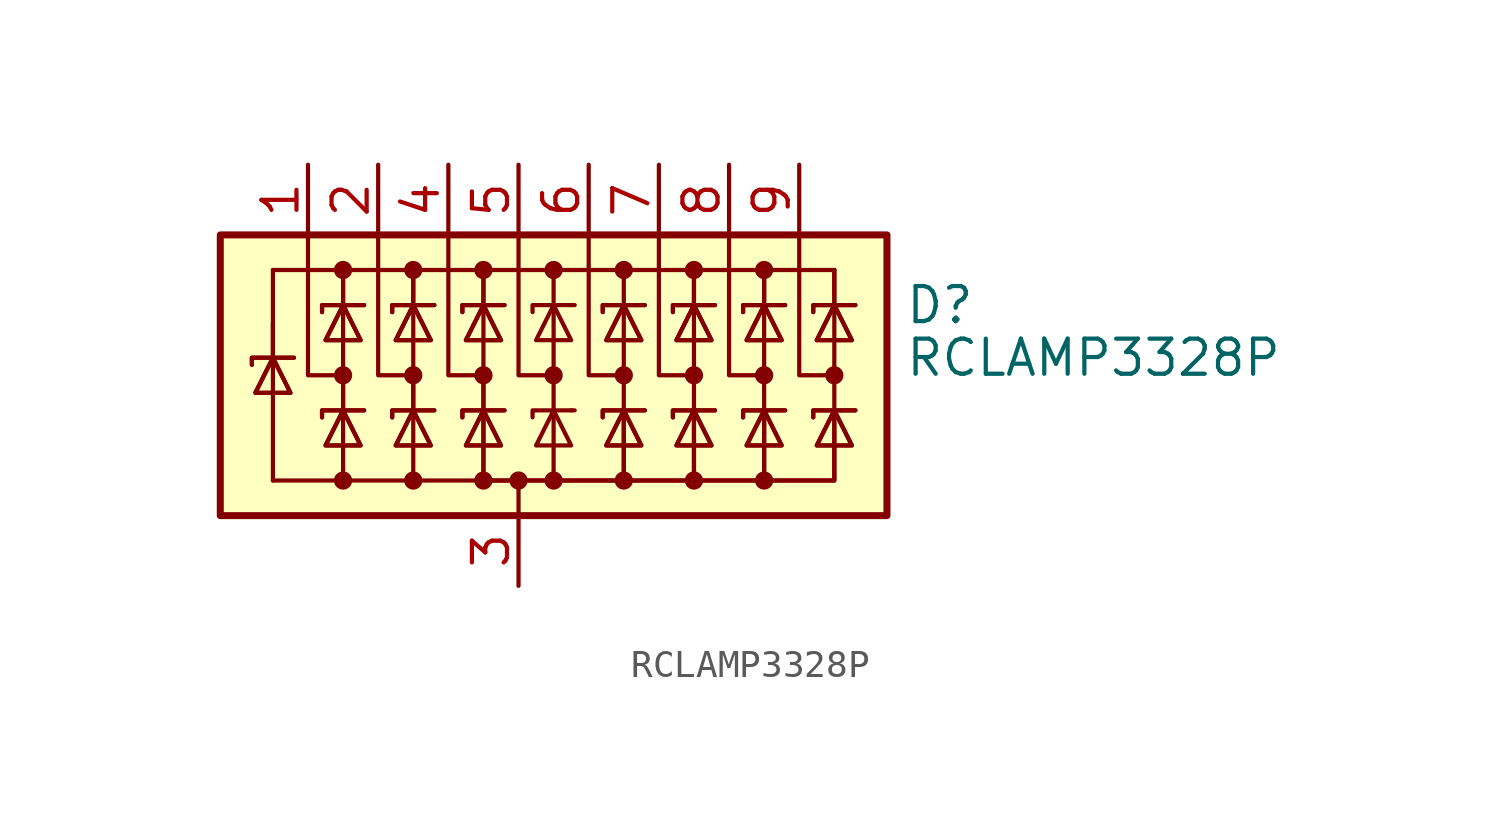
<source format=kicad_sym>
(kicad_symbol_lib
  (version 20201005)
  (generator kicad_symbol_editor)
  (symbol "RCLAMP3328P"
    (pin_names hide)
    (property "Reference" "D"
      (at 13.97 2.54 0)
      (effects (font (size 1.27 1.27)) (justify left)))
    (property "Value" "RCLAMP3328P"
      (at 13.97 0.635 0)
      (effects (font (size 1.27 1.27)) (justify left)))
    (symbol "RCLAMP3328P_0_0"
      (pin passive line (at 0 -7.62 90) (length 2.54) (name "A" (effects (font (size 1.27 1.27)))) (number "3" (effects (font (size 1.27 1.27))))))
    (symbol "RCLAMP3328P_0_1"
      (circle (center -6.35 -3.81) (radius 0.254) (stroke (width 0)) (fill (type outline)))
      (circle (center -6.35 0) (radius 0.254) (stroke (width 0)) (fill (type outline)))
      (circle (center -6.35 3.81) (radius 0.254) (stroke (width 0)) (fill (type outline)))
      (circle (center -3.81 -3.81) (radius 0.254) (stroke (width 0)) (fill (type outline)))
      (circle (center -3.81 0) (radius 0.254) (stroke (width 0)) (fill (type outline)))
      (circle (center -3.81 3.81) (radius 0.254) (stroke (width 0)) (fill (type outline)))
      (circle (center -1.27 -3.81) (radius 0.254) (stroke (width 0)) (fill (type outline)))
      (circle (center -1.27 0) (radius 0.254) (stroke (width 0)) (fill (type outline)))
      (circle (center -1.27 3.81) (radius 0.254) (stroke (width 0)) (fill (type outline)))
      (circle (center 0 -3.81) (radius 0.254) (stroke (width 0)) (fill (type outline)))
      (circle (center 1.27 -3.81) (radius 0.254) (stroke (width 0)) (fill (type outline)))
      (circle (center 1.27 0) (radius 0.254) (stroke (width 0)) (fill (type outline)))
      (circle (center 1.27 3.81) (radius 0.254) (stroke (width 0)) (fill (type outline)))
      (circle (center 3.81 -3.81) (radius 0.254) (stroke (width 0)) (fill (type outline)))
      (circle (center 3.81 0) (radius 0.254) (stroke (width 0)) (fill (type outline)))
      (circle (center 3.81 3.81) (radius 0.254) (stroke (width 0)) (fill (type outline)))
      (circle (center 6.35 -3.81) (radius 0.254) (stroke (width 0)) (fill (type outline)))
      (circle (center 6.35 0) (radius 0.254) (stroke (width 0)) (fill (type outline)))
      (circle (center 6.35 3.81) (radius 0.254) (stroke (width 0)) (fill (type outline)))
      (circle (center 8.89 -3.81) (radius 0.254) (stroke (width 0)) (fill (type outline)))
      (circle (center 8.89 0) (radius 0.254) (stroke (width 0)) (fill (type outline)))
      (circle (center 8.89 3.81) (radius 0.254) (stroke (width 0)) (fill (type outline)))
      (circle (center 11.43 0) (radius 0.254) (stroke (width 0)) (fill (type outline)))
      (rectangle (start -10.795 5.08) (end 13.335 -5.08) (stroke (width 0.254)) (fill (type background)))
      (polyline (pts (xy -8.89 0.635) (xy -8.89 -3.81)) (stroke (width 0)) (fill (type none)))
      (polyline (pts (xy -8.89 1.905) (xy -8.89 0.635)) (stroke (width 0)) (fill (type none)))
      (polyline (pts (xy -8.89 3.81) (xy -8.89 0.635)) (stroke (width 0)) (fill (type none)))
      (polyline (pts (xy -6.35 -3.81) (xy -8.89 -3.81)) (stroke (width 0)) (fill (type none)))
      (polyline (pts (xy -6.35 0) (xy -6.35 -1.27)) (stroke (width 0)) (fill (type none)))
      (polyline (pts (xy -6.35 2.54) (xy -6.35 -1.27)) (stroke (width 0)) (fill (type none)))
      (polyline (pts (xy -6.35 3.81) (xy -6.35 2.54)) (stroke (width 0)) (fill (type none)))
      (polyline (pts (xy -6.35 3.81) (xy -6.35 2.54)) (stroke (width 0)) (fill (type none)))
      (polyline (pts (xy -3.81 0) (xy -3.81 -1.27)) (stroke (width 0)) (fill (type none)))
      (polyline (pts (xy -3.81 2.54) (xy -3.81 -1.27)) (stroke (width 0)) (fill (type none)))
      (polyline (pts (xy -3.81 3.81) (xy -3.81 2.54)) (stroke (width 0)) (fill (type none)))
      (polyline (pts (xy -3.81 3.81) (xy -3.81 2.54)) (stroke (width 0)) (fill (type none)))
      (polyline (pts (xy -1.27 0) (xy -1.27 -1.27)) (stroke (width 0)) (fill (type none)))
      (polyline (pts (xy -1.27 2.54) (xy -1.27 -1.27)) (stroke (width 0)) (fill (type none)))
      (polyline (pts (xy -1.27 3.81) (xy -1.27 2.54)) (stroke (width 0)) (fill (type none)))
      (polyline (pts (xy -1.27 3.81) (xy -1.27 2.54)) (stroke (width 0)) (fill (type none)))
      (polyline (pts (xy 0 -5.08) (xy 0 -3.81)) (stroke (width 0)) (fill (type none)))
      (polyline (pts (xy 1.27 -3.81) (xy 1.27 2.54)) (stroke (width 0)) (fill (type none)))
      (polyline (pts (xy 1.27 3.81) (xy 1.27 2.54)) (stroke (width 0)) (fill (type none)))
      (polyline (pts (xy 1.905 -1.27) (xy 2.032 -1.27)) (stroke (width 0)) (fill (type none)))
      (polyline (pts (xy 1.905 2.54) (xy 2.032 2.54)) (stroke (width 0)) (fill (type none)))
      (polyline (pts (xy 3.81 2.54) (xy 3.81 -1.27)) (stroke (width 0)) (fill (type none)))
      (polyline (pts (xy 3.81 3.81) (xy 3.81 2.54)) (stroke (width 0)) (fill (type none)))
      (polyline (pts (xy 6.35 2.54) (xy 6.35 -1.27)) (stroke (width 0)) (fill (type none)))
      (polyline (pts (xy 6.35 3.81) (xy 6.35 2.54)) (stroke (width 0)) (fill (type none)))
      (polyline (pts (xy 6.35 3.81) (xy 6.35 2.54)) (stroke (width 0)) (fill (type none)))
      (polyline (pts (xy 8.89 2.54) (xy 8.89 -1.27)) (stroke (width 0)) (fill (type none)))
      (polyline (pts (xy 8.89 3.81) (xy 8.89 2.54)) (stroke (width 0)) (fill (type none)))
      (polyline (pts (xy 8.89 3.81) (xy 8.89 2.54)) (stroke (width 0)) (fill (type none)))
      (polyline (pts (xy 11.43 2.54) (xy 11.43 -1.27)) (stroke (width 0)) (fill (type none)))
      (polyline (pts (xy 11.43 3.81) (xy -8.89 3.81)) (stroke (width 0)) (fill (type none)))
      (polyline (pts (xy 11.43 3.81) (xy 11.43 2.54)) (stroke (width 0)) (fill (type none)))
      (polyline (pts (xy 11.43 3.81) (xy 11.43 2.54)) (stroke (width 0)) (fill (type none)))
      (polyline (pts (xy -7.62 5.08) (xy -7.62 0) (xy -6.35 0)) (stroke (width 0)) (fill (type none)))
      (polyline (pts (xy -6.35 -1.27) (xy -6.35 -3.81) (xy -3.81 -3.81)) (stroke (width 0)) (fill (type none)))
      (polyline (pts (xy -5.08 5.08) (xy -5.08 0) (xy -3.81 0)) (stroke (width 0)) (fill (type none)))
      (polyline (pts (xy -3.81 -1.27) (xy -3.81 -3.81) (xy -1.27 -3.81)) (stroke (width 0)) (fill (type none)))
      (polyline (pts (xy -2.54 5.08) (xy -2.54 0) (xy -1.27 0)) (stroke (width 0)) (fill (type none)))
      (polyline (pts (xy 0 5.08) (xy 0 0) (xy 1.27 0)) (stroke (width 0)) (fill (type none)))
      (polyline (pts (xy 1.905 -1.27) (xy 0.508 -1.27) (xy 0.508 -1.524)) (stroke (width 0)) (fill (type none)))
      (polyline (pts (xy 1.905 2.54) (xy 0.508 2.54) (xy 0.508 2.286)) (stroke (width 0)) (fill (type none)))
      (polyline (pts (xy 2.54 5.08) (xy 2.54 0) (xy 3.81 0)) (stroke (width 0)) (fill (type none)))
      (polyline (pts (xy 5.08 5.08) (xy 5.08 0) (xy 6.35 0)) (stroke (width 0)) (fill (type none)))
      (polyline (pts (xy 6.35 -1.27) (xy 6.35 -3.81) (xy 3.81 -3.81)) (stroke (width 0)) (fill (type none)))
      (polyline (pts (xy 6.35 -1.27) (xy 6.35 -3.81) (xy 3.81 -3.81)) (stroke (width 0)) (fill (type none)))
      (polyline (pts (xy 7.62 5.08) (xy 7.62 0) (xy 8.89 0)) (stroke (width 0)) (fill (type none)))
      (polyline (pts (xy 8.89 -1.27) (xy 8.89 -3.81) (xy 6.35 -3.81)) (stroke (width 0)) (fill (type none)))
      (polyline (pts (xy 8.89 -1.27) (xy 8.89 -3.81) (xy 6.35 -3.81)) (stroke (width 0)) (fill (type none)))
      (polyline (pts (xy 10.16 5.08) (xy 10.16 0) (xy 11.43 0)) (stroke (width 0)) (fill (type none)))
      (polyline (pts (xy 11.43 -1.27) (xy 11.43 -3.81) (xy 8.89 -3.81)) (stroke (width 0)) (fill (type none)))
      (polyline (pts (xy 11.43 -1.27) (xy 11.43 -3.81) (xy 8.89 -3.81)) (stroke (width 0)) (fill (type none)))
      (polyline (pts (xy -9.652 0.381) (xy -9.652 0.635) (xy -8.255 0.635) (xy -8.128 0.635)) (stroke (width 0)) (fill (type none)))
      (polyline (pts (xy -9.652 0.381) (xy -9.652 0.635) (xy -8.255 0.635) (xy -8.128 0.635)) (stroke (width 0)) (fill (type none)))
      (polyline (pts (xy -8.89 0.635) (xy -8.255 -0.635) (xy -9.525 -0.635) (xy -8.89 0.635)) (stroke (width 0)) (fill (type none)))
      (polyline (pts (xy -8.89 0.635) (xy -8.255 -0.635) (xy -9.525 -0.635) (xy -8.89 0.635)) (stroke (width 0)) (fill (type none)))
      (polyline (pts (xy -7.112 -1.524) (xy -7.112 -1.27) (xy -5.715 -1.27) (xy -5.588 -1.27)) (stroke (width 0)) (fill (type none)))
      (polyline (pts (xy -7.112 -1.524) (xy -7.112 -1.27) (xy -5.715 -1.27) (xy -5.588 -1.27)) (stroke (width 0)) (fill (type none)))
      (polyline (pts (xy -7.112 2.286) (xy -7.112 2.54) (xy -5.715 2.54) (xy -5.588 2.54)) (stroke (width 0)) (fill (type none)))
      (polyline (pts (xy -7.112 2.286) (xy -7.112 2.54) (xy -5.715 2.54) (xy -5.588 2.54)) (stroke (width 0)) (fill (type none)))
      (polyline (pts (xy -6.35 -1.27) (xy -5.715 -2.54) (xy -6.985 -2.54) (xy -6.35 -1.27)) (stroke (width 0)) (fill (type none)))
      (polyline (pts (xy -6.35 -1.27) (xy -5.715 -2.54) (xy -6.985 -2.54) (xy -6.35 -1.27)) (stroke (width 0)) (fill (type none)))
      (polyline (pts (xy -6.35 2.54) (xy -5.715 1.27) (xy -6.985 1.27) (xy -6.35 2.54)) (stroke (width 0)) (fill (type none)))
      (polyline (pts (xy -6.35 2.54) (xy -5.715 1.27) (xy -6.985 1.27) (xy -6.35 2.54)) (stroke (width 0)) (fill (type none)))
      (polyline (pts (xy -4.572 -1.524) (xy -4.572 -1.27) (xy -3.175 -1.27) (xy -3.048 -1.27)) (stroke (width 0)) (fill (type none)))
      (polyline (pts (xy -4.572 -1.524) (xy -4.572 -1.27) (xy -3.175 -1.27) (xy -3.048 -1.27)) (stroke (width 0)) (fill (type none)))
      (polyline (pts (xy -4.572 2.286) (xy -4.572 2.54) (xy -3.175 2.54) (xy -3.048 2.54)) (stroke (width 0)) (fill (type none)))
      (polyline (pts (xy -4.572 2.286) (xy -4.572 2.54) (xy -3.175 2.54) (xy -3.048 2.54)) (stroke (width 0)) (fill (type none)))
      (polyline (pts (xy -3.81 -1.27) (xy -3.175 -2.54) (xy -4.445 -2.54) (xy -3.81 -1.27)) (stroke (width 0)) (fill (type none)))
      (polyline (pts (xy -3.81 -1.27) (xy -3.175 -2.54) (xy -4.445 -2.54) (xy -3.81 -1.27)) (stroke (width 0)) (fill (type none)))
      (polyline (pts (xy -3.81 2.54) (xy -3.175 1.27) (xy -4.445 1.27) (xy -3.81 2.54)) (stroke (width 0)) (fill (type none)))
      (polyline (pts (xy -3.81 2.54) (xy -3.175 1.27) (xy -4.445 1.27) (xy -3.81 2.54)) (stroke (width 0)) (fill (type none)))
      (polyline (pts (xy -2.032 -1.524) (xy -2.032 -1.27) (xy -0.635 -1.27) (xy -0.508 -1.27)) (stroke (width 0)) (fill (type none)))
      (polyline (pts (xy -2.032 -1.524) (xy -2.032 -1.27) (xy -0.635 -1.27) (xy -0.508 -1.27)) (stroke (width 0)) (fill (type none)))
      (polyline (pts (xy -2.032 2.286) (xy -2.032 2.54) (xy -0.635 2.54) (xy -0.508 2.54)) (stroke (width 0)) (fill (type none)))
      (polyline (pts (xy -2.032 2.286) (xy -2.032 2.54) (xy -0.635 2.54) (xy -0.508 2.54)) (stroke (width 0)) (fill (type none)))
      (polyline (pts (xy -1.27 -1.27) (xy -1.27 -3.81) (xy 3.81 -3.81) (xy 3.81 -1.27)) (stroke (width 0)) (fill (type none)))
      (polyline (pts (xy -1.27 -1.27) (xy -1.27 -3.81) (xy 3.81 -3.81) (xy 3.81 -1.27)) (stroke (width 0)) (fill (type none)))
      (polyline (pts (xy -1.27 -1.27) (xy -0.635 -2.54) (xy -1.905 -2.54) (xy -1.27 -1.27)) (stroke (width 0)) (fill (type none)))
      (polyline (pts (xy -1.27 -1.27) (xy -0.635 -2.54) (xy -1.905 -2.54) (xy -1.27 -1.27)) (stroke (width 0)) (fill (type none)))
      (polyline (pts (xy -1.27 2.54) (xy -0.635 1.27) (xy -1.905 1.27) (xy -1.27 2.54)) (stroke (width 0)) (fill (type none)))
      (polyline (pts (xy -1.27 2.54) (xy -0.635 1.27) (xy -1.905 1.27) (xy -1.27 2.54)) (stroke (width 0)) (fill (type none)))
      (polyline (pts (xy 1.905 -2.54) (xy 0.635 -2.54) (xy 1.27 -1.27) (xy 1.905 -2.54)) (stroke (width 0)) (fill (type none)))
      (polyline (pts (xy 1.905 1.27) (xy 0.635 1.27) (xy 1.27 2.54) (xy 1.905 1.27)) (stroke (width 0)) (fill (type none)))
      (polyline (pts (xy 3.048 -1.524) (xy 3.048 -1.27) (xy 4.445 -1.27) (xy 4.572 -1.27)) (stroke (width 0)) (fill (type none)))
      (polyline (pts (xy 3.048 -1.524) (xy 3.048 -1.27) (xy 4.445 -1.27) (xy 4.572 -1.27)) (stroke (width 0)) (fill (type none)))
      (polyline (pts (xy 3.048 2.286) (xy 3.048 2.54) (xy 4.445 2.54) (xy 4.572 2.54)) (stroke (width 0)) (fill (type none)))
      (polyline (pts (xy 3.048 2.286) (xy 3.048 2.54) (xy 4.445 2.54) (xy 4.572 2.54)) (stroke (width 0)) (fill (type none)))
      (polyline (pts (xy 3.81 -1.27) (xy 3.175 -2.54) (xy 4.445 -2.54) (xy 3.81 -1.27)) (stroke (width 0)) (fill (type none)))
      (polyline (pts (xy 3.81 -1.27) (xy 3.175 -2.54) (xy 4.445 -2.54) (xy 3.81 -1.27)) (stroke (width 0)) (fill (type none)))
      (polyline (pts (xy 3.81 2.54) (xy 3.175 1.27) (xy 4.445 1.27) (xy 3.81 2.54)) (stroke (width 0)) (fill (type none)))
      (polyline (pts (xy 3.81 2.54) (xy 3.175 1.27) (xy 4.445 1.27) (xy 3.81 2.54)) (stroke (width 0)) (fill (type none)))
      (polyline (pts (xy 5.588 -1.524) (xy 5.588 -1.27) (xy 6.985 -1.27) (xy 7.112 -1.27)) (stroke (width 0)) (fill (type none)))
      (polyline (pts (xy 5.588 -1.524) (xy 5.588 -1.27) (xy 6.985 -1.27) (xy 7.112 -1.27)) (stroke (width 0)) (fill (type none)))
      (polyline (pts (xy 5.588 2.286) (xy 5.588 2.54) (xy 6.985 2.54) (xy 7.112 2.54)) (stroke (width 0)) (fill (type none)))
      (polyline (pts (xy 5.588 2.286) (xy 5.588 2.54) (xy 6.985 2.54) (xy 7.112 2.54)) (stroke (width 0)) (fill (type none)))
      (polyline (pts (xy 6.35 -1.27) (xy 5.715 -2.54) (xy 6.985 -2.54) (xy 6.35 -1.27)) (stroke (width 0)) (fill (type none)))
      (polyline (pts (xy 6.35 -1.27) (xy 5.715 -2.54) (xy 6.985 -2.54) (xy 6.35 -1.27)) (stroke (width 0)) (fill (type none)))
      (polyline (pts (xy 6.35 2.54) (xy 5.715 1.27) (xy 6.985 1.27) (xy 6.35 2.54)) (stroke (width 0)) (fill (type none)))
      (polyline (pts (xy 6.35 2.54) (xy 5.715 1.27) (xy 6.985 1.27) (xy 6.35 2.54)) (stroke (width 0)) (fill (type none)))
      (polyline (pts (xy 8.128 -1.524) (xy 8.128 -1.27) (xy 9.525 -1.27) (xy 9.652 -1.27)) (stroke (width 0)) (fill (type none)))
      (polyline (pts (xy 8.128 -1.524) (xy 8.128 -1.27) (xy 9.525 -1.27) (xy 9.652 -1.27)) (stroke (width 0)) (fill (type none)))
      (polyline (pts (xy 8.128 2.286) (xy 8.128 2.54) (xy 9.525 2.54) (xy 9.652 2.54)) (stroke (width 0)) (fill (type none)))
      (polyline (pts (xy 8.128 2.286) (xy 8.128 2.54) (xy 9.525 2.54) (xy 9.652 2.54)) (stroke (width 0)) (fill (type none)))
      (polyline (pts (xy 8.89 -1.27) (xy 8.255 -2.54) (xy 9.525 -2.54) (xy 8.89 -1.27)) (stroke (width 0)) (fill (type none)))
      (polyline (pts (xy 8.89 -1.27) (xy 8.255 -2.54) (xy 9.525 -2.54) (xy 8.89 -1.27)) (stroke (width 0)) (fill (type none)))
      (polyline (pts (xy 8.89 2.54) (xy 8.255 1.27) (xy 9.525 1.27) (xy 8.89 2.54)) (stroke (width 0)) (fill (type none)))
      (polyline (pts (xy 8.89 2.54) (xy 8.255 1.27) (xy 9.525 1.27) (xy 8.89 2.54)) (stroke (width 0)) (fill (type none)))
      (polyline (pts (xy 10.668 -1.524) (xy 10.668 -1.27) (xy 12.065 -1.27) (xy 12.192 -1.27)) (stroke (width 0)) (fill (type none)))
      (polyline (pts (xy 10.668 -1.524) (xy 10.668 -1.27) (xy 12.065 -1.27) (xy 12.192 -1.27)) (stroke (width 0)) (fill (type none)))
      (polyline (pts (xy 10.668 2.286) (xy 10.668 2.54) (xy 12.065 2.54) (xy 12.192 2.54)) (stroke (width 0)) (fill (type none)))
      (polyline (pts (xy 10.668 2.286) (xy 10.668 2.54) (xy 12.065 2.54) (xy 12.192 2.54)) (stroke (width 0)) (fill (type none)))
      (polyline (pts (xy 11.43 -1.27) (xy 10.795 -2.54) (xy 12.065 -2.54) (xy 11.43 -1.27)) (stroke (width 0)) (fill (type none)))
      (polyline (pts (xy 11.43 -1.27) (xy 10.795 -2.54) (xy 12.065 -2.54) (xy 11.43 -1.27)) (stroke (width 0)) (fill (type none)))
      (polyline (pts (xy 11.43 2.54) (xy 10.795 1.27) (xy 12.065 1.27) (xy 11.43 2.54)) (stroke (width 0)) (fill (type none)))
      (polyline (pts (xy 11.43 2.54) (xy 10.795 1.27) (xy 12.065 1.27) (xy 11.43 2.54)) (stroke (width 0)) (fill (type none))))
    (symbol "RCLAMP3328P_1_1"
      (pin passive line (at -7.62 7.62 270) (length 2.54) (name "K1" (effects (font (size 1.27 1.27)))) (number "1" (effects (font (size 1.27 1.27)))))
      (pin passive line (at -5.08 7.62 270) (length 2.54) (name "K2" (effects (font (size 1.27 1.27)))) (number "2" (effects (font (size 1.27 1.27)))))
      (pin passive line (at -2.54 7.62 270) (length 2.54) (name "K3" (effects (font (size 1.27 1.27)))) (number "4" (effects (font (size 1.27 1.27)))))
      (pin passive line (at 0 7.62 270) (length 2.54) (name "K4" (effects (font (size 1.27 1.27)))) (number "5" (effects (font (size 1.27 1.27)))))
      (pin passive line (at 2.54 7.62 270) (length 2.54) (name "K5" (effects (font (size 1.27 1.27)))) (number "6" (effects (font (size 1.27 1.27)))))
      (pin passive line (at 5.08 7.62 270) (length 2.54) (name "K6" (effects (font (size 1.27 1.27)))) (number "7" (effects (font (size 1.27 1.27)))))
      (pin passive line (at 7.62 7.62 270) (length 2.54) (name "K7" (effects (font (size 1.27 1.27)))) (number "8" (effects (font (size 1.27 1.27)))))
      (pin passive line (at 10.16 7.62 270) (length 2.54) (name "K8" (effects (font (size 1.27 1.27)))) (number "9" (effects (font (size 1.27 1.27))))))))
</source>
